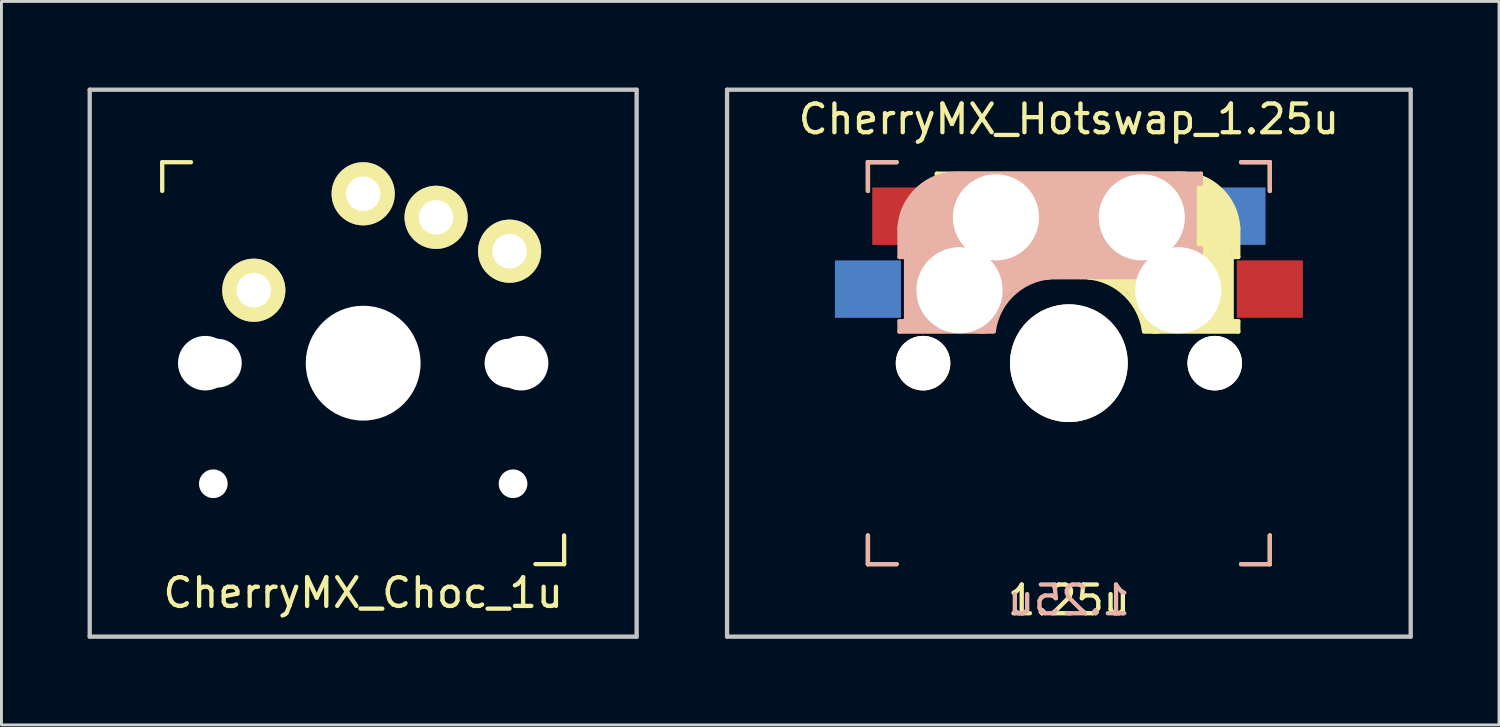
<source format=kicad_pcb>
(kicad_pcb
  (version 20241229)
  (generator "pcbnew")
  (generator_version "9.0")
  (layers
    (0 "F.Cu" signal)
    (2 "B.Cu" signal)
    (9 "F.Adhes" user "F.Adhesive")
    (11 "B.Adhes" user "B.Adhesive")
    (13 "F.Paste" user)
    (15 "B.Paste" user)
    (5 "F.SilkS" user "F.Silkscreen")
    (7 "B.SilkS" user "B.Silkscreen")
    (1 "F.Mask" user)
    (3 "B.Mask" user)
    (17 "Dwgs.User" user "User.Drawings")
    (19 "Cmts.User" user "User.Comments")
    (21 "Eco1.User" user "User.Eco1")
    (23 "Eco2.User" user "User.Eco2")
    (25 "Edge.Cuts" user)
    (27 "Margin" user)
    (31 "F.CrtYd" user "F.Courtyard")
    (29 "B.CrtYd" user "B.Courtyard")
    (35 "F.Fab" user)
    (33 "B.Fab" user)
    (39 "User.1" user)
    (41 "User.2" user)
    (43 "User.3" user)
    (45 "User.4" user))
  (footprint "CherryMX_Hotswap_1.25u"
    (layer "F.Cu")
    (at 34.181 9.6)
    (property "Reference" "CherryMX_Hotswap_1.25u" (at 0 -8.5 0) (layer "F.SilkS") (effects (font (size 1 1) (thickness 0.15))))
    (attr through_hole)
    (fp_line (start -7 -7) (end -6 -7) (stroke (width 0.15) (type solid)) (layer "F.SilkS"))
    (fp_line (start -7 -6) (end -7 -7) (stroke (width 0.15) (type solid)) (layer "F.SilkS"))
    (fp_line (start -7 6) (end -7 7) (stroke (width 0.15) (type solid)) (layer "F.SilkS"))
    (fp_line (start -7 7) (end -6 7) (stroke (width 0.15) (type solid)) (layer "F.SilkS"))
    (fp_line (start -4.6 -6.6) (end 3.8 -6.6) (stroke (width 0.15) (type solid)) (layer "F.SilkS"))
    (fp_line (start -4.6 -6.25) (end -4.6 -6.6) (stroke (width 0.15) (type solid)) (layer "F.SilkS"))
    (fp_line (start -4.6 -4) (end -4.4 -4) (stroke (width 0.15) (type solid)) (layer "F.SilkS"))
    (fp_line (start -4.6 -3) (end -4.6 -4) (stroke (width 0.15) (type solid)) (layer "F.SilkS"))
    (fp_line (start -4.4 -6.4) (end -3 -6.4) (stroke (width 0.4) (type solid)) (layer "F.SilkS"))
    (fp_line (start -4.4 -6.25) (end -4.6 -6.25) (stroke (width 0.15) (type solid)) (layer "F.SilkS"))
    (fp_line (start -4.4 -3.9) (end -4.4 -3.2) (stroke (width 0.4) (type solid)) (layer "F.SilkS"))
    (fp_line (start -4.38 -4) (end -4.38 -6.25) (stroke (width 0.15) (type solid)) (layer "F.SilkS"))
    (fp_line (start -4.3 -3.3) (end -2.9 -3.3) (stroke (width 0.5) (type solid)) (layer "F.SilkS"))
    (fp_line (start -3.9 -6) (end -3.9 -3.5) (stroke (width 1) (type solid)) (layer "F.SilkS"))
    (fp_line (start -2.6 -4.8) (end 4.1 -4.8) (stroke (width 3.5) (type solid)) (layer "F.SilkS"))
    (fp_line (start 0.4 -3) (end -4.6 -3) (stroke (width 0.15) (type solid)) (layer "F.SilkS"))
    (fp_line (start 4.17 -5.1) (end 4.17 -2.86) (stroke (width 3) (type solid)) (layer "F.SilkS"))
    (fp_line (start 5.3 -1.6) (end 5.3 -3.4) (stroke (width 0.8) (type solid)) (layer "F.SilkS"))
    (fp_line (start 5.67 -3.7) (end 5.67 -1.46) (stroke (width 0.15) (type solid)) (layer "F.SilkS"))
    (fp_line (start 5.7 -1.46) (end 5.9 -1.46) (stroke (width 0.15) (type solid)) (layer "F.SilkS"))
    (fp_line (start 5.7 -1.3) (end 3 -1.3) (stroke (width 0.5) (type solid)) (layer "F.SilkS"))
    (fp_line (start 5.8 -3.8) (end 5.8 -4.7) (stroke (width 0.3) (type solid)) (layer "F.SilkS"))
    (fp_line (start 5.9 -4.7) (end 5.9 -3.7) (stroke (width 0.15) (type solid)) (layer "F.SilkS"))
    (fp_line (start 5.9 -3.7) (end 5.7 -3.7) (stroke (width 0.15) (type solid)) (layer "F.SilkS"))
    (fp_line (start 5.9 -1.1) (end 2.62 -1.1) (stroke (width 0.15) (type solid)) (layer "F.SilkS"))
    (fp_line (start 5.9 -1.1) (end 5.9 -1.46) (stroke (width 0.15) (type solid)) (layer "F.SilkS"))
    (fp_line (start 6 7) (end 7 7) (stroke (width 0.15) (type solid)) (layer "F.SilkS"))
    (fp_line (start 7 -7) (end 6 -7) (stroke (width 0.15) (type solid)) (layer "F.SilkS"))
    (fp_line (start 7 -7) (end 7 -6) (stroke (width 0.15) (type solid)) (layer "F.SilkS"))
    (fp_line (start 7 7) (end 7 6) (stroke (width 0.15) (type solid)) (layer "F.SilkS"))
    (fp_arc (start 0.4 -3) (mid 1.868709 -2.486118) (end 2.616318 -1.121471) (stroke (width 0.15) (type solid)) (layer "F.SilkS"))
    (fp_arc (start 0.8 -3.4) (mid 2.268709 -2.886118) (end 3.016318 -1.521471) (stroke (width 1) (type solid)) (layer "F.SilkS"))
    (fp_arc (start 3.8 -6.600001) (mid 5.243504 -6.084925) (end 5.900001 -4.7) (stroke (width 0.15) (type solid)) (layer "F.SilkS"))
    (fp_line (start -7 -7) (end -6 -7) (stroke (width 0.15) (type solid)) (layer "B.SilkS"))
    (fp_line (start -7 -6) (end -7 -7) (stroke (width 0.15) (type solid)) (layer "B.SilkS"))
    (fp_line (start -7 6) (end -7 7) (stroke (width 0.15) (type solid)) (layer "B.SilkS"))
    (fp_line (start -7 7) (end -6 7) (stroke (width 0.15) (type solid)) (layer "B.SilkS"))
    (fp_line (start -5.9 -4.7) (end -5.9 -3.7) (stroke (width 0.15) (type solid)) (layer "B.SilkS"))
    (fp_line (start -5.9 -3.7) (end -5.7 -3.7) (stroke (width 0.15) (type solid)) (layer "B.SilkS"))
    (fp_line (start -5.9 -1.1) (end -5.9 -1.46) (stroke (width 0.15) (type solid)) (layer "B.SilkS"))
    (fp_line (start -5.9 -1.1) (end -2.62 -1.1) (stroke (width 0.15) (type solid)) (layer "B.SilkS"))
    (fp_line (start -5.8 -3.8) (end -5.8 -4.7) (stroke (width 0.3) (type solid)) (layer "B.SilkS"))
    (fp_line (start -5.7 -1.46) (end -5.9 -1.46) (stroke (width 0.15) (type solid)) (layer "B.SilkS"))
    (fp_line (start -5.7 -1.3) (end -3 -1.3) (stroke (width 0.5) (type solid)) (layer "B.SilkS"))
    (fp_line (start -5.67 -3.7) (end -5.67 -1.46) (stroke (width 0.15) (type solid)) (layer "B.SilkS"))
    (fp_line (start -5.3 -1.6) (end -5.3 -3.4) (stroke (width 0.8) (type solid)) (layer "B.SilkS"))
    (fp_line (start -4.17 -5.1) (end -4.17 -2.86) (stroke (width 3) (type solid)) (layer "B.SilkS"))
    (fp_line (start -0.4 -3) (end 4.6 -3) (stroke (width 0.15) (type solid)) (layer "B.SilkS"))
    (fp_line (start 2.6 -4.8) (end -4.1 -4.8) (stroke (width 3.5) (type solid)) (layer "B.SilkS"))
    (fp_line (start 3.9 -6) (end 3.9 -3.5) (stroke (width 1) (type solid)) (layer "B.SilkS"))
    (fp_line (start 4.3 -3.3) (end 2.9 -3.3) (stroke (width 0.5) (type solid)) (layer "B.SilkS"))
    (fp_line (start 4.38 -4) (end 4.38 -6.25) (stroke (width 0.15) (type solid)) (layer "B.SilkS"))
    (fp_line (start 4.4 -6.4) (end 3 -6.4) (stroke (width 0.4) (type solid)) (layer "B.SilkS"))
    (fp_line (start 4.4 -6.25) (end 4.6 -6.25) (stroke (width 0.15) (type solid)) (layer "B.SilkS"))
    (fp_line (start 4.4 -3.9) (end 4.4 -3.2) (stroke (width 0.4) (type solid)) (layer "B.SilkS"))
    (fp_line (start 4.6 -6.6) (end -3.8 -6.6) (stroke (width 0.15) (type solid)) (layer "B.SilkS"))
    (fp_line (start 4.6 -6.25) (end 4.6 -6.6) (stroke (width 0.15) (type solid)) (layer "B.SilkS"))
    (fp_line (start 4.6 -4) (end 4.4 -4) (stroke (width 0.15) (type solid)) (layer "B.SilkS"))
    (fp_line (start 4.6 -3) (end 4.6 -4) (stroke (width 0.15) (type solid)) (layer "B.SilkS"))
    (fp_line (start 6 7) (end 7 7) (stroke (width 0.15) (type solid)) (layer "B.SilkS"))
    (fp_line (start 7 -7) (end 6 -7) (stroke (width 0.15) (type solid)) (layer "B.SilkS"))
    (fp_line (start 7 -7) (end 7 -6) (stroke (width 0.15) (type solid)) (layer "B.SilkS"))
    (fp_line (start 7 7) (end 7 6) (stroke (width 0.15) (type solid)) (layer "B.SilkS"))
    (fp_arc (start -5.9 -4.699999) (mid -5.243504 -6.084924) (end -3.800001 -6.6) (stroke (width 0.15) (type solid)) (layer "B.SilkS"))
    (fp_arc (start -3.016318 -1.521471) (mid -2.268709 -2.886118) (end -0.8 -3.4) (stroke (width 1) (type solid)) (layer "B.SilkS"))
    (fp_arc (start -2.616318 -1.121471) (mid -1.868709 -2.486118) (end -0.4 -3) (stroke (width 0.15) (type solid)) (layer "B.SilkS"))
    (fp_line (start -11.906 -9.525) (end 11.906 -9.525) (stroke (width 0.15) (type solid)) (layer "Dwgs.User"))
    (fp_line (start -11.906 9.525) (end -11.906 -9.525) (stroke (width 0.15) (type solid)) (layer "Dwgs.User"))
    (fp_line (start 11.906 -9.525) (end 11.906 9.525) (stroke (width 0.15) (type solid)) (layer "Dwgs.User"))
    (fp_line (start 11.906 9.525) (end -11.906 9.525) (stroke (width 0.15) (type solid)) (layer "Dwgs.User"))
    (fp_text user "1.25u" (at 0 8.255 0) (layer "F.SilkS") (effects (font (size 1 1) (thickness 0.15))))
    (fp_text user "1.25u" (at 0 8.255 0) (layer "B.SilkS") (effects (font (size 1 1) (thickness 0.15)) (justify mirror)))
    (pad "" np_thru_hole circle (at -5.08 0) (size 1.9 1.9) (drill 1.9) (layers "*.Cu" "*.Mask" "F.SilkS"))
    (pad "" np_thru_hole circle (at -3.81 -2.54 180) (size 3 3) (drill 3) (layers "*.Cu" "*.Mask"))
    (pad "" np_thru_hole circle (at -2.54 -5.08 180) (size 3 3) (drill 3) (layers "*.Cu" "*.Mask"))
    (pad "" np_thru_hole circle (at 0 0 90) (size 4.1 4.1) (drill 4.1) (layers "*.Cu" "*.Mask" "F.SilkS"))
    (pad "" np_thru_hole circle (at 2.54 -5.08 180) (size 3 3) (drill 3) (layers "*.Cu" "*.Mask"))
    (pad "" np_thru_hole circle (at 3.81 -2.54 180) (size 3 3) (drill 3) (layers "*.Cu" "*.Mask"))
    (pad "" np_thru_hole circle (at 5.08 0) (size 1.9 1.9) (drill 1.9) (layers "*.Cu" "*.Mask" "F.SilkS"))
    (pad "1" smd rect (at -7 -2.58 180) (size 2.3 2) (layers "B.Cu" "B.Mask" "B.Paste"))
    (pad "1" smd rect (at 7 -2.58 180) (size 2.3 2) (layers "F.Cu" "F.Mask" "F.Paste"))
    (pad "2" smd rect (at -5.7 -5.12 180) (size 2.3 2) (layers "F.Cu" "F.Mask" "F.Paste"))
    (pad "2" smd rect (at 5.7 -5.12 180) (size 2.3 2) (layers "B.Cu" "B.Mask" "B.Paste")))
  (footprint "CherryMX_Choc_1u"
    (layer "F.Cu")
    (at 9.6 9.6)
    (property "Reference" "CherryMX_Choc_1u" (at 0 8 0) (layer "F.SilkS") (effects (font (size 1 1) (thickness 0.15))))
    (attr through_hole)
    (fp_line (start -7 -7) (end -6 -7) (stroke (width 0.15) (type solid)) (layer "F.SilkS"))
    (fp_line (start -7 -6) (end -7 -7) (stroke (width 0.15) (type solid)) (layer "F.SilkS"))
    (fp_line (start 6 7) (end 7 7) (stroke (width 0.15) (type solid)) (layer "F.SilkS"))
    (fp_line (start 7 7) (end 7 6) (stroke (width 0.15) (type solid)) (layer "F.SilkS"))
    (fp_line (start -9.525 -9.525) (end 9.525 -9.525) (stroke (width 0.15) (type solid)) (layer "Dwgs.User"))
    (fp_line (start -9.525 9.525) (end -9.525 -9.525) (stroke (width 0.15) (type solid)) (layer "Dwgs.User"))
    (fp_line (start 9.525 -9.525) (end 9.525 9.525) (stroke (width 0.15) (type solid)) (layer "Dwgs.User"))
    (fp_line (start 9.525 9.525) (end -9.525 9.525) (stroke (width 0.15) (type solid)) (layer "Dwgs.User"))
    (pad "" np_thru_hole circle (at -5.5 0 90) (size 1.9 1.9) (drill 1.9) (layers "*.Cu" "*.Mask"))
    (pad "" np_thru_hole circle (at -5.22 4.2) (size 1 1) (drill 1) (layers "*.Cu" "*.Mask"))
    (pad "" np_thru_hole circle (at -5.08 0) (size 1.7 1.7) (drill 1.7) (layers "*.Cu" "*.Mask"))
    (pad "" np_thru_hole circle (at 0 0 90) (size 4 4) (drill 4) (layers "*.Cu" "*.Mask"))
    (pad "" np_thru_hole circle (at 5.08 0) (size 1.7 1.7) (drill 1.7) (layers "*.Cu" "*.Mask"))
    (pad "" np_thru_hole circle (at 5.22 4.2) (size 1 1) (drill 1) (layers "*.Cu" "*.Mask"))
    (pad "" np_thru_hole circle (at 5.5 0 90) (size 1.9 1.9) (drill 1.9) (layers "*.Cu" "*.Mask"))
    (pad "1" thru_hole circle (at -3.81 -2.54 50) (size 2.2 2.2) (drill 1.2) (layers "*.Cu" "B.Mask" "F.SilkS"))
    (pad "1" thru_hole circle (at 5.1 -3.9 310) (size 2.2 2.2) (drill 1.2) (layers "*.Cu" "B.Mask" "F.SilkS"))
    (pad "2" thru_hole circle (at 0 -5.9 90) (size 2.2 2.2) (drill 1.2) (layers "*.Cu" "B.Mask" "F.SilkS"))
    (pad "2" thru_hole circle (at 2.54 -5.08) (size 2.2 2.2) (drill 1.2) (layers "*.Cu" "B.Mask" "F.SilkS")))
  (gr_rect
    (start -3 -3)
    (end 49.163 22.2)
    (stroke (width 0.1) (type default))
    (fill no)
    (layer "Edge.Cuts")))
</source>
